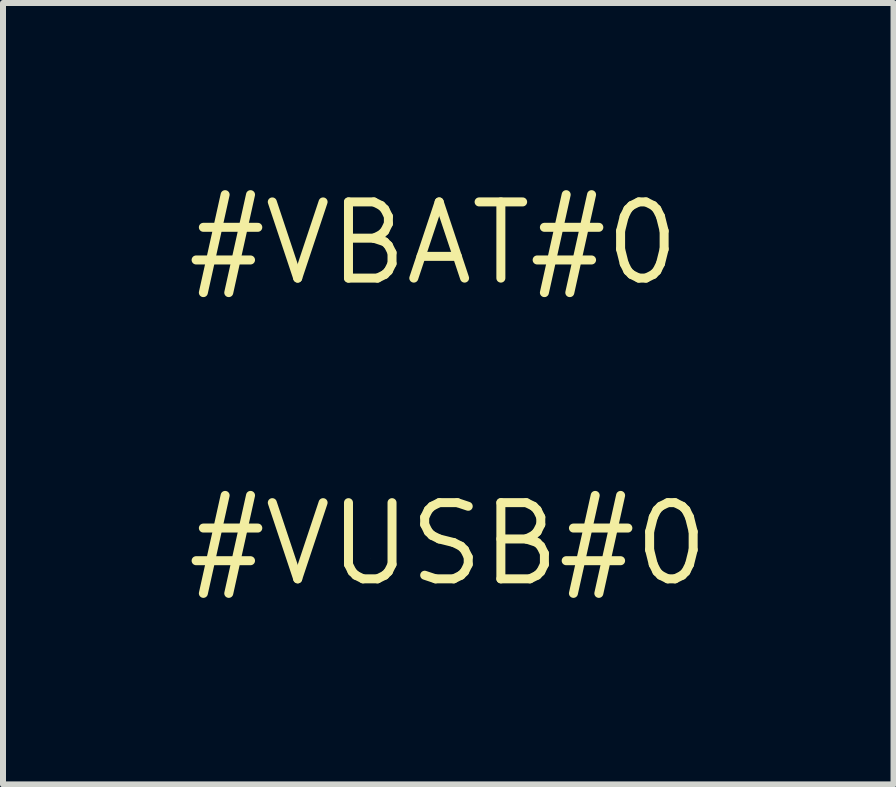
<source format=kicad_pcb>
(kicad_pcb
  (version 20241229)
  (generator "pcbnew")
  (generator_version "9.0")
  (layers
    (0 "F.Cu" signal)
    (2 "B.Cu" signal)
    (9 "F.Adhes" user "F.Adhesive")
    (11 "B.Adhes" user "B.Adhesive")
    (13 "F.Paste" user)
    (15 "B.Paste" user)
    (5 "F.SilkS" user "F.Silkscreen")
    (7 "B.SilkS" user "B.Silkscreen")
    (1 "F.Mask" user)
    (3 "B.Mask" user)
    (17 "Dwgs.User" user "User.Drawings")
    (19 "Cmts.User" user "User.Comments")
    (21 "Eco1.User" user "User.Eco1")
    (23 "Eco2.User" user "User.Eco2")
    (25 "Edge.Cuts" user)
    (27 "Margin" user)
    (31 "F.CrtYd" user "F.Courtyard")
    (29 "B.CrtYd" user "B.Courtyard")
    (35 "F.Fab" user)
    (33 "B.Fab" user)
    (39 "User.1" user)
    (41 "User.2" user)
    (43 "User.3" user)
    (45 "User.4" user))
  (footprint "#VUSB#0"
    (layer "F.Cu")
    (at 4.422 6.019)
    (property "Reference" "#VUSB#0" (at 0 0 0) (layer "F.SilkS") (effects (font (size 1.27 1.27) (thickness 0.15))))
    (fp_poly (pts (xy -1.298 0.235) (xy -1.3 0.24) (xy -1.3 0.235) (xy -1.299 0.235)) (stroke (width 0) (type default)) (fill yes) (layer "F.SilkS")))
  (footprint "#VBAT#0"
    (layer "F.Cu")
    (at 4.18 1.006)
    (property "Reference" "#VBAT#0" (at 0 0 0) (layer "F.SilkS") (effects (font (size 1.27 1.27) (thickness 0.15))))
    (fp_poly (pts (xy -3.559 0.235) (xy -3.56 0.24) (xy -3.56 0.235) (xy -3.56 0.235)) (stroke (width 0) (type default)) (fill yes) (layer "F.SilkS")))
  (gr_rect
    (start -3 -3)
    (end 11.844 10.025)
    (stroke (width 0.1) (type default))
    (fill no)
    (layer "Edge.Cuts")))
</source>
